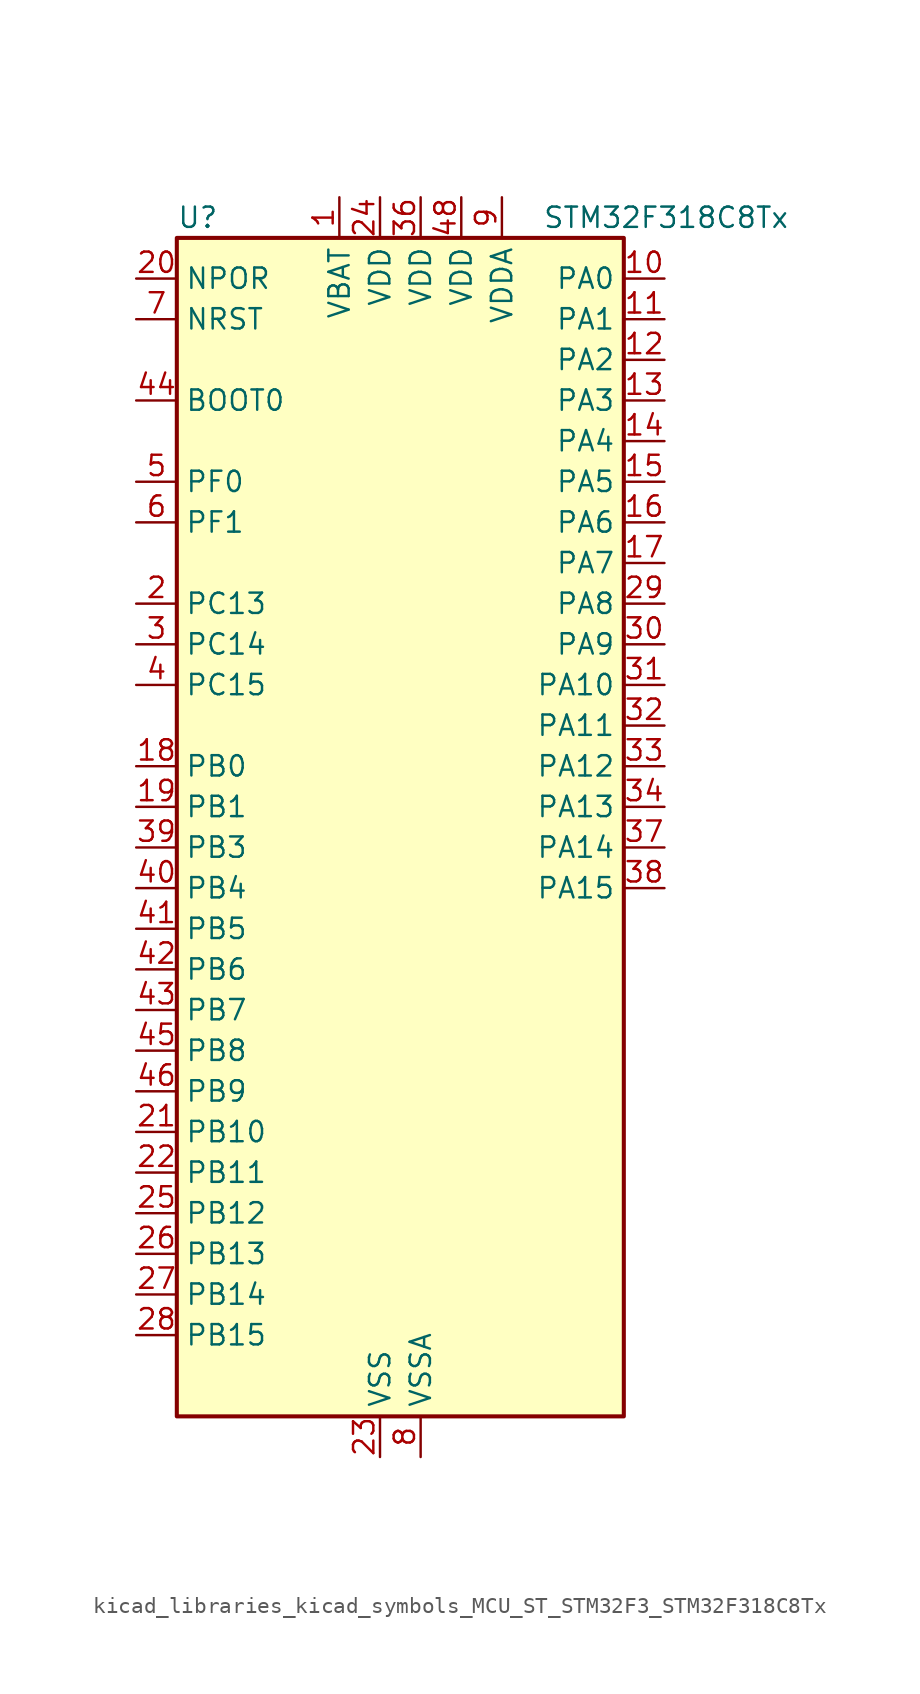
<source format=kicad_sym>
(kicad_symbol_lib
  (version 20220914)
  (generator kicad_symbol_editor)
  (symbol "kicad_libraries_kicad_symbols_MCU_ST_STM32F3_STM32F318C8Tx"
    (property "Reference" "U"
      (at -12.7 39.37 0)
      (effects (font (size 1.27 1.27)) (justify left)))
    (property "Value" "STM32F318C8Tx"
      (at 10.16 39.37 0)
      (effects (font (size 1.27 1.27)) (justify left)))
    (property "ki_locked" ""
      (at 0 0 0)
      (effects (font (size 1.27 1.27))))
    (symbol "kicad_libraries_kicad_symbols_MCU_ST_STM32F3_STM32F318C8Tx_0_1"
      (rectangle (start -12.7 -35.56) (end 15.24 38.1) (stroke (width 0.254) (type default)) (fill (type background))))
    (symbol "kicad_libraries_kicad_symbols_MCU_ST_STM32F3_STM32F318C8Tx_1_1"
      (pin power_in line (at -2.54 40.64 270) (length 2.54) (name "VBAT" (effects (font (size 1.27 1.27)))) (number "1" (effects (font (size 1.27 1.27)))))
      (pin bidirectional line (at 17.78 35.56 180) (length 2.54) (name "PA0" (effects (font (size 1.27 1.27)))) (number "10" (effects (font (size 1.27 1.27)))) (alternate "ADC1_IN1" bidirectional line) (alternate "RTC_TAMP2" bidirectional line) (alternate "SYS_WKUP1" bidirectional line) (alternate "TIM2_CH1" bidirectional line) (alternate "TIM2_ETR" bidirectional line) (alternate "TSC_G1_IO1" bidirectional line) (alternate "USART2_CTS" bidirectional line))
      (pin bidirectional line (at 17.78 33.02 180) (length 2.54) (name "PA1" (effects (font (size 1.27 1.27)))) (number "11" (effects (font (size 1.27 1.27)))) (alternate "ADC1_IN2" bidirectional line) (alternate "RTC_REFIN" bidirectional line) (alternate "TIM15_CH1N" bidirectional line) (alternate "TIM2_CH2" bidirectional line) (alternate "TSC_G1_IO2" bidirectional line) (alternate "USART2_DE" bidirectional line) (alternate "USART2_RTS" bidirectional line))
      (pin bidirectional line (at 17.78 30.48 180) (length 2.54) (name "PA2" (effects (font (size 1.27 1.27)))) (number "12" (effects (font (size 1.27 1.27)))) (alternate "ADC1_IN3" bidirectional line) (alternate "COMP2_INM" bidirectional line) (alternate "COMP2_OUT" bidirectional line) (alternate "TIM15_CH1" bidirectional line) (alternate "TIM2_CH3" bidirectional line) (alternate "TSC_G1_IO3" bidirectional line) (alternate "USART2_TX" bidirectional line))
      (pin bidirectional line (at 17.78 27.94 180) (length 2.54) (name "PA3" (effects (font (size 1.27 1.27)))) (number "13" (effects (font (size 1.27 1.27)))) (alternate "ADC1_IN4" bidirectional line) (alternate "TIM15_CH2" bidirectional line) (alternate "TIM2_CH4" bidirectional line) (alternate "TSC_G1_IO4" bidirectional line) (alternate "USART2_RX" bidirectional line))
      (pin bidirectional line (at 17.78 25.4 180) (length 2.54) (name "PA4" (effects (font (size 1.27 1.27)))) (number "14" (effects (font (size 1.27 1.27)))) (alternate "ADC1_IN5" bidirectional line) (alternate "COMP2_INM" bidirectional line) (alternate "COMP4_INM" bidirectional line) (alternate "COMP6_INM" bidirectional line) (alternate "DAC_OUT1" bidirectional line) (alternate "I2S3_WS" bidirectional line) (alternate "SPI3_NSS" bidirectional line) (alternate "TSC_G2_IO1" bidirectional line) (alternate "USART2_CK" bidirectional line))
      (pin bidirectional line (at 17.78 22.86 180) (length 2.54) (name "PA5" (effects (font (size 1.27 1.27)))) (number "15" (effects (font (size 1.27 1.27)))) (alternate "OPAMP2_VINM" bidirectional line) (alternate "OPAMP2_VINM_SEC" bidirectional line) (alternate "TIM2_CH1" bidirectional line) (alternate "TIM2_ETR" bidirectional line) (alternate "TSC_G2_IO2" bidirectional line))
      (pin bidirectional line (at 17.78 20.32 180) (length 2.54) (name "PA6" (effects (font (size 1.27 1.27)))) (number "16" (effects (font (size 1.27 1.27)))) (alternate "ADC1_IN10" bidirectional line) (alternate "OPAMP2_VOUT" bidirectional line) (alternate "TIM16_CH1" bidirectional line) (alternate "TIM1_BKIN" bidirectional line) (alternate "TSC_G2_IO3" bidirectional line))
      (pin bidirectional line (at 17.78 17.78 180) (length 2.54) (name "PA7" (effects (font (size 1.27 1.27)))) (number "17" (effects (font (size 1.27 1.27)))) (alternate "ADC1_IN15" bidirectional line) (alternate "COMP2_INP" bidirectional line) (alternate "OPAMP2_VINP" bidirectional line) (alternate "OPAMP2_VINP_SEC" bidirectional line) (alternate "TIM17_CH1" bidirectional line) (alternate "TIM1_CH1N" bidirectional line) (alternate "TSC_G2_IO4" bidirectional line))
      (pin bidirectional line (at -15.24 5.08 0) (length 2.54) (name "PB0" (effects (font (size 1.27 1.27)))) (number "18" (effects (font (size 1.27 1.27)))) (alternate "ADC1_IN11" bidirectional line) (alternate "COMP4_INP" bidirectional line) (alternate "OPAMP2_VINP" bidirectional line) (alternate "OPAMP2_VINP_SEC" bidirectional line) (alternate "TIM1_CH2N" bidirectional line) (alternate "TSC_G3_IO2" bidirectional line))
      (pin bidirectional line (at -15.24 2.54 0) (length 2.54) (name "PB1" (effects (font (size 1.27 1.27)))) (number "19" (effects (font (size 1.27 1.27)))) (alternate "ADC1_IN12" bidirectional line) (alternate "COMP4_OUT" bidirectional line) (alternate "TIM1_CH3N" bidirectional line) (alternate "TSC_G3_IO3" bidirectional line))
      (pin bidirectional line (at -15.24 15.24 0) (length 2.54) (name "PC13" (effects (font (size 1.27 1.27)))) (number "2" (effects (font (size 1.27 1.27)))) (alternate "RTC_OUT_ALARM" bidirectional line) (alternate "RTC_OUT_CALIB" bidirectional line) (alternate "RTC_TAMP1" bidirectional line) (alternate "RTC_TS" bidirectional line) (alternate "SYS_WKUP2" bidirectional line) (alternate "TIM1_CH1N" bidirectional line))
      (pin input line (at -15.24 35.56 0) (length 2.54) (name "NPOR" (effects (font (size 1.27 1.27)))) (number "20" (effects (font (size 1.27 1.27)))))
      (pin bidirectional line (at -15.24 -17.78 0) (length 2.54) (name "PB10" (effects (font (size 1.27 1.27)))) (number "21" (effects (font (size 1.27 1.27)))) (alternate "TIM2_CH3" bidirectional line) (alternate "TSC_SYNC" bidirectional line) (alternate "USART3_TX" bidirectional line))
      (pin bidirectional line (at -15.24 -20.32 0) (length 2.54) (name "PB11" (effects (font (size 1.27 1.27)))) (number "22" (effects (font (size 1.27 1.27)))) (alternate "ADC1_EXTI11" bidirectional line) (alternate "ADC1_IN14" bidirectional line) (alternate "COMP6_INP" bidirectional line) (alternate "TIM2_CH4" bidirectional line) (alternate "TSC_G6_IO1" bidirectional line) (alternate "USART3_RX" bidirectional line))
      (pin power_in line (at 0 -38.1 90) (length 2.54) (name "VSS" (effects (font (size 1.27 1.27)))) (number "23" (effects (font (size 1.27 1.27)))))
      (pin power_in line (at 0 40.64 270) (length 2.54) (name "VDD" (effects (font (size 1.27 1.27)))) (number "24" (effects (font (size 1.27 1.27)))))
      (pin bidirectional line (at -15.24 -22.86 0) (length 2.54) (name "PB12" (effects (font (size 1.27 1.27)))) (number "25" (effects (font (size 1.27 1.27)))) (alternate "I2C2_SMBA" bidirectional line) (alternate "I2S2_WS" bidirectional line) (alternate "SPI2_NSS" bidirectional line) (alternate "TIM1_BKIN" bidirectional line) (alternate "TSC_G6_IO2" bidirectional line) (alternate "USART3_CK" bidirectional line))
      (pin bidirectional line (at -15.24 -25.4 0) (length 2.54) (name "PB13" (effects (font (size 1.27 1.27)))) (number "26" (effects (font (size 1.27 1.27)))) (alternate "ADC1_IN13" bidirectional line) (alternate "I2S2_CK" bidirectional line) (alternate "SPI2_SCK" bidirectional line) (alternate "TIM1_CH1N" bidirectional line) (alternate "TSC_G6_IO3" bidirectional line) (alternate "USART3_CTS" bidirectional line))
      (pin bidirectional line (at -15.24 -27.94 0) (length 2.54) (name "PB14" (effects (font (size 1.27 1.27)))) (number "27" (effects (font (size 1.27 1.27)))) (alternate "I2S2_ext_SD" bidirectional line) (alternate "OPAMP2_VINP" bidirectional line) (alternate "OPAMP2_VINP_SEC" bidirectional line) (alternate "SPI2_MISO" bidirectional line) (alternate "TIM15_CH1" bidirectional line) (alternate "TIM1_CH2N" bidirectional line) (alternate "TSC_G6_IO4" bidirectional line) (alternate "USART3_DE" bidirectional line) (alternate "USART3_RTS" bidirectional line))
      (pin bidirectional line (at -15.24 -30.48 0) (length 2.54) (name "PB15" (effects (font (size 1.27 1.27)))) (number "28" (effects (font (size 1.27 1.27)))) (alternate "ADC1_EXTI15" bidirectional line) (alternate "COMP6_INM" bidirectional line) (alternate "I2S2_SD" bidirectional line) (alternate "RTC_REFIN" bidirectional line) (alternate "SPI2_MOSI" bidirectional line) (alternate "TIM15_CH1N" bidirectional line) (alternate "TIM15_CH2" bidirectional line) (alternate "TIM1_CH3N" bidirectional line))
      (pin bidirectional line (at 17.78 15.24 180) (length 2.54) (name "PA8" (effects (font (size 1.27 1.27)))) (number "29" (effects (font (size 1.27 1.27)))) (alternate "I2C2_SMBA" bidirectional line) (alternate "I2C3_SCL" bidirectional line) (alternate "I2S2_MCK" bidirectional line) (alternate "RCC_MCO" bidirectional line) (alternate "TIM1_CH1" bidirectional line) (alternate "USART1_CK" bidirectional line))
      (pin bidirectional line (at -15.24 12.7 0) (length 2.54) (name "PC14" (effects (font (size 1.27 1.27)))) (number "3" (effects (font (size 1.27 1.27)))) (alternate "RCC_OSC32_IN" bidirectional line))
      (pin bidirectional line (at 17.78 12.7 180) (length 2.54) (name "PA9" (effects (font (size 1.27 1.27)))) (number "30" (effects (font (size 1.27 1.27)))) (alternate "DAC_EXTI9" bidirectional line) (alternate "I2C2_SCL" bidirectional line) (alternate "I2C3_SMBA" bidirectional line) (alternate "I2S3_MCK" bidirectional line) (alternate "TIM15_BKIN" bidirectional line) (alternate "TIM1_CH2" bidirectional line) (alternate "TIM2_CH3" bidirectional line) (alternate "TSC_G4_IO1" bidirectional line) (alternate "USART1_TX" bidirectional line))
      (pin bidirectional line (at 17.78 10.16 180) (length 2.54) (name "PA10" (effects (font (size 1.27 1.27)))) (number "31" (effects (font (size 1.27 1.27)))) (alternate "COMP6_OUT" bidirectional line) (alternate "I2C2_SDA" bidirectional line) (alternate "I2S2_ext_SD" bidirectional line) (alternate "SPI2_MISO" bidirectional line) (alternate "TIM17_BKIN" bidirectional line) (alternate "TIM1_CH3" bidirectional line) (alternate "TIM2_CH4" bidirectional line) (alternate "TSC_G4_IO2" bidirectional line) (alternate "USART1_RX" bidirectional line))
      (pin bidirectional line (at 17.78 7.62 180) (length 2.54) (name "PA11" (effects (font (size 1.27 1.27)))) (number "32" (effects (font (size 1.27 1.27)))) (alternate "ADC1_EXTI11" bidirectional line) (alternate "I2S2_SD" bidirectional line) (alternate "SPI2_MOSI" bidirectional line) (alternate "TIM1_BKIN2" bidirectional line) (alternate "TIM1_CH1N" bidirectional line) (alternate "TIM1_CH4" bidirectional line) (alternate "USART1_CTS" bidirectional line))
      (pin bidirectional line (at 17.78 5.08 180) (length 2.54) (name "PA12" (effects (font (size 1.27 1.27)))) (number "33" (effects (font (size 1.27 1.27)))) (alternate "COMP2_OUT" bidirectional line) (alternate "I2S_CKIN" bidirectional line) (alternate "TIM16_CH1" bidirectional line) (alternate "TIM1_CH2N" bidirectional line) (alternate "TIM1_ETR" bidirectional line) (alternate "USART1_DE" bidirectional line) (alternate "USART1_RTS" bidirectional line))
      (pin bidirectional line (at 17.78 2.54 180) (length 2.54) (name "PA13" (effects (font (size 1.27 1.27)))) (number "34" (effects (font (size 1.27 1.27)))) (alternate "IR_OUT" bidirectional line) (alternate "SYS_JTMS-SWDIO" bidirectional line) (alternate "TIM16_CH1N" bidirectional line) (alternate "TSC_G4_IO3" bidirectional line) (alternate "USART3_CTS" bidirectional line))
      (pin passive line (at 0 -38.1 90) (length 2.54) hide (name "VSS" (effects (font (size 1.27 1.27)))) (number "35" (effects (font (size 1.27 1.27)))))
      (pin power_in line (at 2.54 40.64 270) (length 2.54) (name "VDD" (effects (font (size 1.27 1.27)))) (number "36" (effects (font (size 1.27 1.27)))))
      (pin bidirectional line (at 17.78 0 180) (length 2.54) (name "PA14" (effects (font (size 1.27 1.27)))) (number "37" (effects (font (size 1.27 1.27)))) (alternate "I2C1_SDA" bidirectional line) (alternate "SYS_JTCK-SWCLK" bidirectional line) (alternate "TIM1_BKIN" bidirectional line) (alternate "TSC_G4_IO4" bidirectional line) (alternate "USART2_TX" bidirectional line))
      (pin bidirectional line (at 17.78 -2.54 180) (length 2.54) (name "PA15" (effects (font (size 1.27 1.27)))) (number "38" (effects (font (size 1.27 1.27)))) (alternate "ADC1_EXTI15" bidirectional line) (alternate "I2C1_SCL" bidirectional line) (alternate "I2S3_WS" bidirectional line) (alternate "SPI3_NSS" bidirectional line) (alternate "SYS_JTDI" bidirectional line) (alternate "TIM1_BKIN" bidirectional line) (alternate "TIM2_CH1" bidirectional line) (alternate "TIM2_ETR" bidirectional line) (alternate "TSC_SYNC" bidirectional line) (alternate "USART2_RX" bidirectional line))
      (pin bidirectional line (at -15.24 0 0) (length 2.54) (name "PB3" (effects (font (size 1.27 1.27)))) (number "39" (effects (font (size 1.27 1.27)))) (alternate "I2S3_CK" bidirectional line) (alternate "SPI3_SCK" bidirectional line) (alternate "SYS_JTDO-TRACESWO" bidirectional line) (alternate "TIM2_CH2" bidirectional line) (alternate "TSC_G5_IO1" bidirectional line) (alternate "USART2_TX" bidirectional line))
      (pin bidirectional line (at -15.24 10.16 0) (length 2.54) (name "PC15" (effects (font (size 1.27 1.27)))) (number "4" (effects (font (size 1.27 1.27)))) (alternate "ADC1_EXTI15" bidirectional line) (alternate "RCC_OSC32_OUT" bidirectional line))
      (pin bidirectional line (at -15.24 -2.54 0) (length 2.54) (name "PB4" (effects (font (size 1.27 1.27)))) (number "40" (effects (font (size 1.27 1.27)))) (alternate "I2S3_ext_SD" bidirectional line) (alternate "SPI3_MISO" bidirectional line) (alternate "SYS_NJTRST" bidirectional line) (alternate "TIM16_CH1" bidirectional line) (alternate "TIM17_BKIN" bidirectional line) (alternate "TSC_G5_IO2" bidirectional line) (alternate "USART2_RX" bidirectional line))
      (pin bidirectional line (at -15.24 -5.08 0) (length 2.54) (name "PB5" (effects (font (size 1.27 1.27)))) (number "41" (effects (font (size 1.27 1.27)))) (alternate "I2C1_SMBA" bidirectional line) (alternate "I2C3_SDA" bidirectional line) (alternate "I2S3_SD" bidirectional line) (alternate "SPI3_MOSI" bidirectional line) (alternate "TIM16_BKIN" bidirectional line) (alternate "TIM17_CH1" bidirectional line) (alternate "USART2_CK" bidirectional line))
      (pin bidirectional line (at -15.24 -7.62 0) (length 2.54) (name "PB6" (effects (font (size 1.27 1.27)))) (number "42" (effects (font (size 1.27 1.27)))) (alternate "I2C1_SCL" bidirectional line) (alternate "TIM16_CH1N" bidirectional line) (alternate "TSC_G5_IO3" bidirectional line) (alternate "USART1_TX" bidirectional line))
      (pin bidirectional line (at -15.24 -10.16 0) (length 2.54) (name "PB7" (effects (font (size 1.27 1.27)))) (number "43" (effects (font (size 1.27 1.27)))) (alternate "I2C1_SDA" bidirectional line) (alternate "TIM17_CH1N" bidirectional line) (alternate "TSC_G5_IO4" bidirectional line) (alternate "USART1_RX" bidirectional line))
      (pin input line (at -15.24 27.94 0) (length 2.54) (name "BOOT0" (effects (font (size 1.27 1.27)))) (number "44" (effects (font (size 1.27 1.27)))))
      (pin bidirectional line (at -15.24 -12.7 0) (length 2.54) (name "PB8" (effects (font (size 1.27 1.27)))) (number "45" (effects (font (size 1.27 1.27)))) (alternate "I2C1_SCL" bidirectional line) (alternate "TIM16_CH1" bidirectional line) (alternate "TIM1_BKIN" bidirectional line) (alternate "TSC_SYNC" bidirectional line) (alternate "USART3_RX" bidirectional line))
      (pin bidirectional line (at -15.24 -15.24 0) (length 2.54) (name "PB9" (effects (font (size 1.27 1.27)))) (number "46" (effects (font (size 1.27 1.27)))) (alternate "COMP2_OUT" bidirectional line) (alternate "DAC_EXTI9" bidirectional line) (alternate "I2C1_SDA" bidirectional line) (alternate "IR_OUT" bidirectional line) (alternate "TIM17_CH1" bidirectional line) (alternate "USART3_TX" bidirectional line))
      (pin passive line (at 0 -38.1 90) (length 2.54) hide (name "VSS" (effects (font (size 1.27 1.27)))) (number "47" (effects (font (size 1.27 1.27)))))
      (pin power_in line (at 5.08 40.64 270) (length 2.54) (name "VDD" (effects (font (size 1.27 1.27)))) (number "48" (effects (font (size 1.27 1.27)))))
      (pin bidirectional line (at -15.24 22.86 0) (length 2.54) (name "PF0" (effects (font (size 1.27 1.27)))) (number "5" (effects (font (size 1.27 1.27)))) (alternate "I2C2_SDA" bidirectional line) (alternate "I2S2_WS" bidirectional line) (alternate "RCC_OSC_IN" bidirectional line) (alternate "SPI2_NSS" bidirectional line) (alternate "TIM1_CH3N" bidirectional line))
      (pin bidirectional line (at -15.24 20.32 0) (length 2.54) (name "PF1" (effects (font (size 1.27 1.27)))) (number "6" (effects (font (size 1.27 1.27)))) (alternate "I2C2_SCL" bidirectional line) (alternate "I2S2_CK" bidirectional line) (alternate "RCC_OSC_OUT" bidirectional line) (alternate "SPI2_SCK" bidirectional line))
      (pin input line (at -15.24 33.02 0) (length 2.54) (name "NRST" (effects (font (size 1.27 1.27)))) (number "7" (effects (font (size 1.27 1.27)))))
      (pin power_in line (at 2.54 -38.1 90) (length 2.54) (name "VSSA" (effects (font (size 1.27 1.27)))) (number "8" (effects (font (size 1.27 1.27)))))
      (pin power_in line (at 7.62 40.64 270) (length 2.54) (name "VDDA" (effects (font (size 1.27 1.27)))) (number "9" (effects (font (size 1.27 1.27))))))))
</source>
